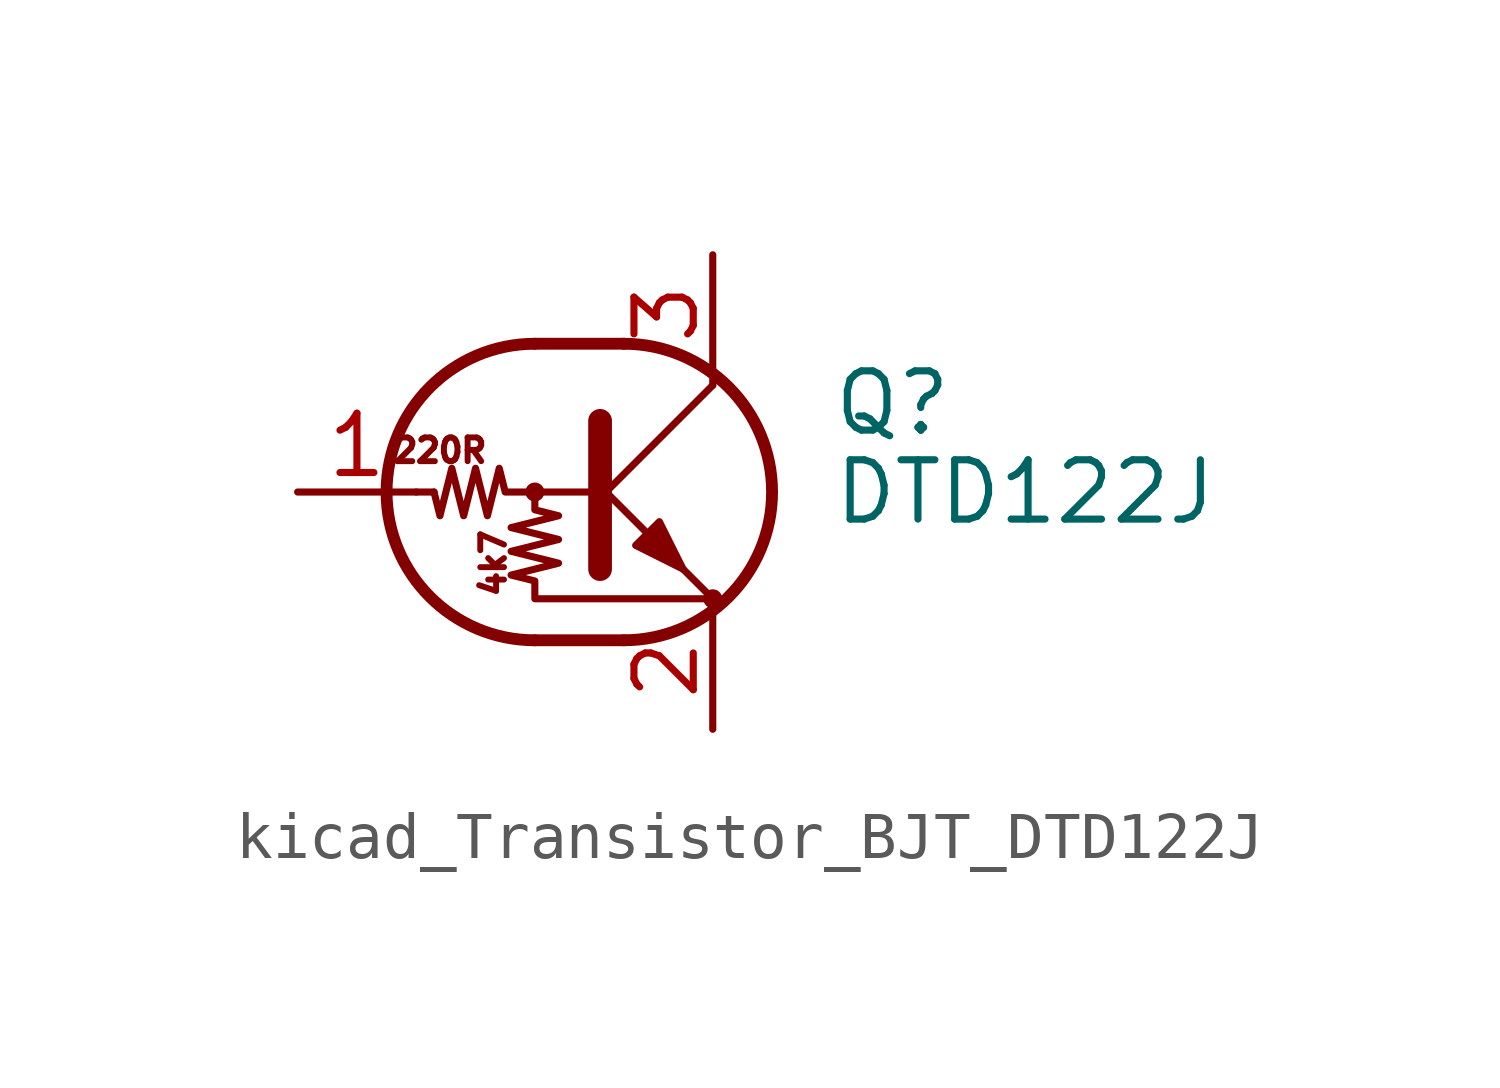
<source format=kicad_sym>
(kicad_symbol_lib
  (version 20220914)
  (generator kicad_symbol_editor)
  (symbol "kicad_Transistor_BJT_DTD122J"
    (pin_names
      (offset 0) hide)
    (property "Reference" "Q"
      (at 5.08 1.905 0)
      (effects (font (size 1.27 1.27)) (justify left)))
    (property "Value" "DTD122J"
      (at 5.08 0 0)
      (effects (font (size 1.27 1.27)) (justify left)))
    (symbol "kicad_Transistor_BJT_DTD122J_0_0"
      (text "220R" (at -3.302 0.889 0) (effects (font (size 0.508 0.508))))
      (text "4k7" (at -2.159 -1.524 900) (effects (font (size 0.508 0.508)))))
    (symbol "kicad_Transistor_BJT_DTD122J_0_1"
      (circle (center -1.27 0) (radius 0.127) (stroke (width 0) (type default)) (fill (type none)))
      (arc (start -1.27 3.175) (mid -4.4312 0) (end -1.27 -3.175) (stroke (width 0.254) (type default)) (fill (type none)))
      (polyline (pts (xy -3.429 0) (xy -3.81 0)) (stroke (width 0) (type default)) (fill (type none)))
      (polyline (pts (xy -1.27 -3.175) (xy 0.635 -3.175)) (stroke (width 0.254) (type default)) (fill (type none)))
      (polyline (pts (xy -1.27 3.175) (xy 0.635 3.175)) (stroke (width 0.254) (type default)) (fill (type none)))
      (polyline (pts (xy 0 -0.254) (xy 2.54 2.286)) (stroke (width 0) (type default)) (fill (type none)))
      (polyline (pts (xy 0.127 1.524) (xy 0.127 -1.651)) (stroke (width 0.508) (type default)) (fill (type outline)))
      (polyline (pts (xy 2.54 2.286) (xy 2.54 2.54)) (stroke (width 0) (type default)) (fill (type none)))
      (polyline (pts (xy 2.54 -2.286) (xy 0 0.254) (xy 0 0.254)) (stroke (width 0) (type default)) (fill (type none)))
      (polyline (pts (xy 0.889 -1.143) (xy 1.397 -0.635) (xy 1.905 -1.651) (xy 0.889 -1.143)) (stroke (width 0) (type default)) (fill (type outline)))
      (polyline (pts (xy 0 0) (xy -1.905 0) (xy -2.032 0.508) (xy -2.286 -0.508) (xy -2.54 0.508) (xy -2.794 -0.508) (xy -3.048 0.508) (xy -3.302 -0.508) (xy -3.429 0)) (stroke (width 0) (type default)) (fill (type none)))
      (polyline (pts (xy -1.27 0) (xy -1.27 -0.381) (xy -0.762 -0.508) (xy -1.778 -0.762) (xy -0.762 -1.016) (xy -1.778 -1.27) (xy -0.762 -1.524) (xy -1.778 -1.778) (xy -1.27 -1.905) (xy -1.27 -2.286) (xy 2.54 -2.286)) (stroke (width 0) (type default)) (fill (type none)))
      (arc (start 0.635 -3.175) (mid 3.7962 0) (end 0.635 3.175) (stroke (width 0.254) (type default)) (fill (type none)))
      (circle (center 2.54 -2.286) (radius 0.127) (stroke (width 0) (type default)) (fill (type none))))
    (symbol "kicad_Transistor_BJT_DTD122J_1_1"
      (pin input line (at -6.35 0 0) (length 2.54) (name "B" (effects (font (size 1.27 1.27)))) (number "1" (effects (font (size 1.27 1.27)))))
      (pin passive line (at 2.54 -5.08 90) (length 2.54) (name "E" (effects (font (size 1.27 1.27)))) (number "2" (effects (font (size 1.27 1.27)))))
      (pin passive line (at 2.54 5.08 270) (length 2.54) (name "C" (effects (font (size 1.27 1.27)))) (number "3" (effects (font (size 1.27 1.27))))))))
</source>
